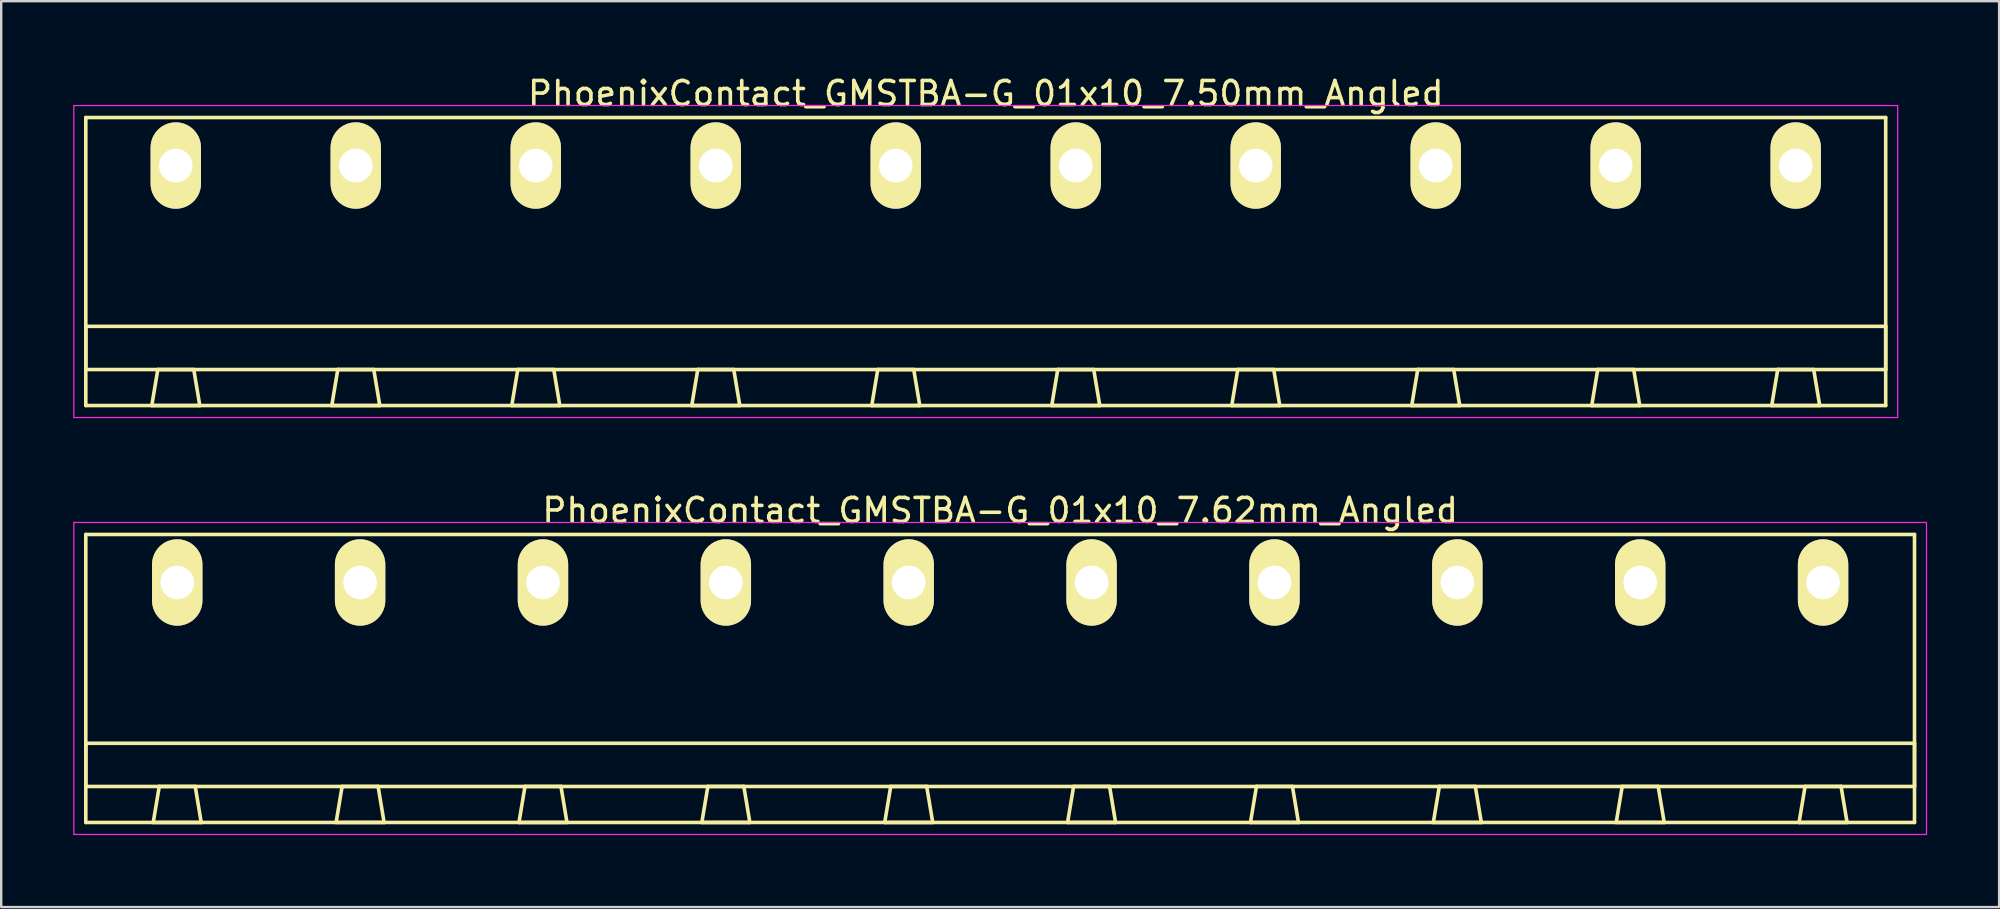
<source format=kicad_pcb>
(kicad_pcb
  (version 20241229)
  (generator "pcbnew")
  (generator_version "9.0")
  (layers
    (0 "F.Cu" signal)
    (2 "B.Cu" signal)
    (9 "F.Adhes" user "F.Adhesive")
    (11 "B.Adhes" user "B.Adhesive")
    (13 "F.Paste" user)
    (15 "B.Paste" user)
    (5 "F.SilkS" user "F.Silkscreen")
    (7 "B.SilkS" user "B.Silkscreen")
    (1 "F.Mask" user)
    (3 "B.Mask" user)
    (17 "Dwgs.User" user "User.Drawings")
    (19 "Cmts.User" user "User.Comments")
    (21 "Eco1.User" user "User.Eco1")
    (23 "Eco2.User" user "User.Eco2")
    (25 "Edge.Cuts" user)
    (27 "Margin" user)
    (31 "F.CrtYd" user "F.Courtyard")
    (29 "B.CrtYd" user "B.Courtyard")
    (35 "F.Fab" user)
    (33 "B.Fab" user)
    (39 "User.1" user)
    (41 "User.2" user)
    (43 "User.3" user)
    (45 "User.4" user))
  (footprint "PhoenixContact_GMSTBA-G_01x10_7.50mm_Angled"
    (layer "F.Cu")
    (at 4.275 3.848)
    (property "Reference" "PhoenixContact_GMSTBA-G_01x10_7.50mm_Angled" (at 33.75 -3 0) (layer "F.SilkS") (effects (font (size 1 1) (thickness 0.15))))
    (attr through_hole)
    (fp_line (start -3.75 -2) (end -3.75 10) (stroke (width 0.15) (type solid)) (layer "F.SilkS"))
    (fp_line (start -3.75 6.7) (end 71.25 6.7) (stroke (width 0.15) (type solid)) (layer "F.SilkS"))
    (fp_line (start -3.75 8.5) (end -3.75 6.7) (stroke (width 0.15) (type solid)) (layer "F.SilkS"))
    (fp_line (start -3.75 10) (end 71.25 10) (stroke (width 0.15) (type solid)) (layer "F.SilkS"))
    (fp_line (start -1 10) (end 1 10) (stroke (width 0.15) (type solid)) (layer "F.SilkS"))
    (fp_line (start -0.75 8.5) (end -1 10) (stroke (width 0.15) (type solid)) (layer "F.SilkS"))
    (fp_line (start 0.75 8.5) (end -0.75 8.5) (stroke (width 0.15) (type solid)) (layer "F.SilkS"))
    (fp_line (start 1 10) (end 0.75 8.5) (stroke (width 0.15) (type solid)) (layer "F.SilkS"))
    (fp_line (start 6.5 10) (end 8.5 10) (stroke (width 0.15) (type solid)) (layer "F.SilkS"))
    (fp_line (start 6.75 8.5) (end 6.5 10) (stroke (width 0.15) (type solid)) (layer "F.SilkS"))
    (fp_line (start 8.25 8.5) (end 6.75 8.5) (stroke (width 0.15) (type solid)) (layer "F.SilkS"))
    (fp_line (start 8.5 10) (end 8.25 8.5) (stroke (width 0.15) (type solid)) (layer "F.SilkS"))
    (fp_line (start 14 10) (end 16 10) (stroke (width 0.15) (type solid)) (layer "F.SilkS"))
    (fp_line (start 14.25 8.5) (end 14 10) (stroke (width 0.15) (type solid)) (layer "F.SilkS"))
    (fp_line (start 15.75 8.5) (end 14.25 8.5) (stroke (width 0.15) (type solid)) (layer "F.SilkS"))
    (fp_line (start 16 10) (end 15.75 8.5) (stroke (width 0.15) (type solid)) (layer "F.SilkS"))
    (fp_line (start 21.5 10) (end 23.5 10) (stroke (width 0.15) (type solid)) (layer "F.SilkS"))
    (fp_line (start 21.75 8.5) (end 21.5 10) (stroke (width 0.15) (type solid)) (layer "F.SilkS"))
    (fp_line (start 23.25 8.5) (end 21.75 8.5) (stroke (width 0.15) (type solid)) (layer "F.SilkS"))
    (fp_line (start 23.5 10) (end 23.25 8.5) (stroke (width 0.15) (type solid)) (layer "F.SilkS"))
    (fp_line (start 29 10) (end 31 10) (stroke (width 0.15) (type solid)) (layer "F.SilkS"))
    (fp_line (start 29.25 8.5) (end 29 10) (stroke (width 0.15) (type solid)) (layer "F.SilkS"))
    (fp_line (start 30.75 8.5) (end 29.25 8.5) (stroke (width 0.15) (type solid)) (layer "F.SilkS"))
    (fp_line (start 31 10) (end 30.75 8.5) (stroke (width 0.15) (type solid)) (layer "F.SilkS"))
    (fp_line (start 36.5 10) (end 38.5 10) (stroke (width 0.15) (type solid)) (layer "F.SilkS"))
    (fp_line (start 36.75 8.5) (end 36.5 10) (stroke (width 0.15) (type solid)) (layer "F.SilkS"))
    (fp_line (start 38.25 8.5) (end 36.75 8.5) (stroke (width 0.15) (type solid)) (layer "F.SilkS"))
    (fp_line (start 38.5 10) (end 38.25 8.5) (stroke (width 0.15) (type solid)) (layer "F.SilkS"))
    (fp_line (start 44 10) (end 46 10) (stroke (width 0.15) (type solid)) (layer "F.SilkS"))
    (fp_line (start 44.25 8.5) (end 44 10) (stroke (width 0.15) (type solid)) (layer "F.SilkS"))
    (fp_line (start 45.75 8.5) (end 44.25 8.5) (stroke (width 0.15) (type solid)) (layer "F.SilkS"))
    (fp_line (start 46 10) (end 45.75 8.5) (stroke (width 0.15) (type solid)) (layer "F.SilkS"))
    (fp_line (start 51.5 10) (end 53.5 10) (stroke (width 0.15) (type solid)) (layer "F.SilkS"))
    (fp_line (start 51.75 8.5) (end 51.5 10) (stroke (width 0.15) (type solid)) (layer "F.SilkS"))
    (fp_line (start 53.25 8.5) (end 51.75 8.5) (stroke (width 0.15) (type solid)) (layer "F.SilkS"))
    (fp_line (start 53.5 10) (end 53.25 8.5) (stroke (width 0.15) (type solid)) (layer "F.SilkS"))
    (fp_line (start 59 10) (end 61 10) (stroke (width 0.15) (type solid)) (layer "F.SilkS"))
    (fp_line (start 59.25 8.5) (end 59 10) (stroke (width 0.15) (type solid)) (layer "F.SilkS"))
    (fp_line (start 60.75 8.5) (end 59.25 8.5) (stroke (width 0.15) (type solid)) (layer "F.SilkS"))
    (fp_line (start 61 10) (end 60.75 8.5) (stroke (width 0.15) (type solid)) (layer "F.SilkS"))
    (fp_line (start 66.5 10) (end 68.5 10) (stroke (width 0.15) (type solid)) (layer "F.SilkS"))
    (fp_line (start 66.75 8.5) (end 66.5 10) (stroke (width 0.15) (type solid)) (layer "F.SilkS"))
    (fp_line (start 68.25 8.5) (end 66.75 8.5) (stroke (width 0.15) (type solid)) (layer "F.SilkS"))
    (fp_line (start 68.5 10) (end 68.25 8.5) (stroke (width 0.15) (type solid)) (layer "F.SilkS"))
    (fp_line (start 71.25 -2) (end -3.75 -2) (stroke (width 0.15) (type solid)) (layer "F.SilkS"))
    (fp_line (start 71.25 6.7) (end 71.25 8.5) (stroke (width 0.15) (type solid)) (layer "F.SilkS"))
    (fp_line (start 71.25 8.5) (end -3.75 8.5) (stroke (width 0.15) (type solid)) (layer "F.SilkS"))
    (fp_line (start 71.25 10) (end 71.25 -2) (stroke (width 0.15) (type solid)) (layer "F.SilkS"))
    (fp_line (start -4.25 -2.5) (end -4.25 10.5) (stroke (width 0.05) (type solid)) (layer "F.CrtYd"))
    (fp_line (start -4.25 10.5) (end 71.75 10.5) (stroke (width 0.05) (type solid)) (layer "F.CrtYd"))
    (fp_line (start 71.75 -2.5) (end -4.25 -2.5) (stroke (width 0.05) (type solid)) (layer "F.CrtYd"))
    (fp_line (start 71.75 10.5) (end 71.75 -2.5) (stroke (width 0.05) (type solid)) (layer "F.CrtYd"))
    (pad "1" thru_hole oval (at 0 0) (size 2.1 3.6) (drill 1.4) (layers "*.Cu" "*.Mask" "F.SilkS"))
    (pad "2" thru_hole oval (at 7.5 0) (size 2.1 3.6) (drill 1.4) (layers "*.Cu" "*.Mask" "F.SilkS"))
    (pad "3" thru_hole oval (at 15 0) (size 2.1 3.6) (drill 1.4) (layers "*.Cu" "*.Mask" "F.SilkS"))
    (pad "4" thru_hole oval (at 22.5 0) (size 2.1 3.6) (drill 1.4) (layers "*.Cu" "*.Mask" "F.SilkS"))
    (pad "5" thru_hole oval (at 30 0) (size 2.1 3.6) (drill 1.4) (layers "*.Cu" "*.Mask" "F.SilkS"))
    (pad "6" thru_hole oval (at 37.5 0) (size 2.1 3.6) (drill 1.4) (layers "*.Cu" "*.Mask" "F.SilkS"))
    (pad "7" thru_hole oval (at 45 0) (size 2.1 3.6) (drill 1.4) (layers "*.Cu" "*.Mask" "F.SilkS"))
    (pad "8" thru_hole oval (at 52.5 0) (size 2.1 3.6) (drill 1.4) (layers "*.Cu" "*.Mask" "F.SilkS"))
    (pad "9" thru_hole oval (at 60 0) (size 2.1 3.6) (drill 1.4) (layers "*.Cu" "*.Mask" "F.SilkS"))
    (pad "10" thru_hole oval (at 67.5 0) (size 2.1 3.6) (drill 1.4) (layers "*.Cu" "*.Mask" "F.SilkS")))
  (footprint "PhoenixContact_GMSTBA-G_01x10_7.62mm_Angled"
    (layer "F.Cu")
    (at 4.335 21.221)
    (property "Reference" "PhoenixContact_GMSTBA-G_01x10_7.62mm_Angled" (at 34.29 -3 0) (layer "F.SilkS") (effects (font (size 1 1) (thickness 0.15))))
    (attr through_hole)
    (fp_line (start -3.81 -2) (end -3.81 10) (stroke (width 0.15) (type solid)) (layer "F.SilkS"))
    (fp_line (start -3.81 6.7) (end 72.39 6.7) (stroke (width 0.15) (type solid)) (layer "F.SilkS"))
    (fp_line (start -3.81 8.5) (end -3.81 6.7) (stroke (width 0.15) (type solid)) (layer "F.SilkS"))
    (fp_line (start -3.81 10) (end 72.39 10) (stroke (width 0.15) (type solid)) (layer "F.SilkS"))
    (fp_line (start -1 10) (end 1 10) (stroke (width 0.15) (type solid)) (layer "F.SilkS"))
    (fp_line (start -0.75 8.5) (end -1 10) (stroke (width 0.15) (type solid)) (layer "F.SilkS"))
    (fp_line (start 0.75 8.5) (end -0.75 8.5) (stroke (width 0.15) (type solid)) (layer "F.SilkS"))
    (fp_line (start 1 10) (end 0.75 8.5) (stroke (width 0.15) (type solid)) (layer "F.SilkS"))
    (fp_line (start 6.62 10) (end 8.62 10) (stroke (width 0.15) (type solid)) (layer "F.SilkS"))
    (fp_line (start 6.87 8.5) (end 6.62 10) (stroke (width 0.15) (type solid)) (layer "F.SilkS"))
    (fp_line (start 8.37 8.5) (end 6.87 8.5) (stroke (width 0.15) (type solid)) (layer "F.SilkS"))
    (fp_line (start 8.62 10) (end 8.37 8.5) (stroke (width 0.15) (type solid)) (layer "F.SilkS"))
    (fp_line (start 14.24 10) (end 16.24 10) (stroke (width 0.15) (type solid)) (layer "F.SilkS"))
    (fp_line (start 14.49 8.5) (end 14.24 10) (stroke (width 0.15) (type solid)) (layer "F.SilkS"))
    (fp_line (start 15.99 8.5) (end 14.49 8.5) (stroke (width 0.15) (type solid)) (layer "F.SilkS"))
    (fp_line (start 16.24 10) (end 15.99 8.5) (stroke (width 0.15) (type solid)) (layer "F.SilkS"))
    (fp_line (start 21.86 10) (end 23.86 10) (stroke (width 0.15) (type solid)) (layer "F.SilkS"))
    (fp_line (start 22.11 8.5) (end 21.86 10) (stroke (width 0.15) (type solid)) (layer "F.SilkS"))
    (fp_line (start 23.61 8.5) (end 22.11 8.5) (stroke (width 0.15) (type solid)) (layer "F.SilkS"))
    (fp_line (start 23.86 10) (end 23.61 8.5) (stroke (width 0.15) (type solid)) (layer "F.SilkS"))
    (fp_line (start 29.48 10) (end 31.48 10) (stroke (width 0.15) (type solid)) (layer "F.SilkS"))
    (fp_line (start 29.73 8.5) (end 29.48 10) (stroke (width 0.15) (type solid)) (layer "F.SilkS"))
    (fp_line (start 31.23 8.5) (end 29.73 8.5) (stroke (width 0.15) (type solid)) (layer "F.SilkS"))
    (fp_line (start 31.48 10) (end 31.23 8.5) (stroke (width 0.15) (type solid)) (layer "F.SilkS"))
    (fp_line (start 37.1 10) (end 39.1 10) (stroke (width 0.15) (type solid)) (layer "F.SilkS"))
    (fp_line (start 37.35 8.5) (end 37.1 10) (stroke (width 0.15) (type solid)) (layer "F.SilkS"))
    (fp_line (start 38.85 8.5) (end 37.35 8.5) (stroke (width 0.15) (type solid)) (layer "F.SilkS"))
    (fp_line (start 39.1 10) (end 38.85 8.5) (stroke (width 0.15) (type solid)) (layer "F.SilkS"))
    (fp_line (start 44.72 10) (end 46.72 10) (stroke (width 0.15) (type solid)) (layer "F.SilkS"))
    (fp_line (start 44.97 8.5) (end 44.72 10) (stroke (width 0.15) (type solid)) (layer "F.SilkS"))
    (fp_line (start 46.47 8.5) (end 44.97 8.5) (stroke (width 0.15) (type solid)) (layer "F.SilkS"))
    (fp_line (start 46.72 10) (end 46.47 8.5) (stroke (width 0.15) (type solid)) (layer "F.SilkS"))
    (fp_line (start 52.34 10) (end 54.34 10) (stroke (width 0.15) (type solid)) (layer "F.SilkS"))
    (fp_line (start 52.59 8.5) (end 52.34 10) (stroke (width 0.15) (type solid)) (layer "F.SilkS"))
    (fp_line (start 54.09 8.5) (end 52.59 8.5) (stroke (width 0.15) (type solid)) (layer "F.SilkS"))
    (fp_line (start 54.34 10) (end 54.09 8.5) (stroke (width 0.15) (type solid)) (layer "F.SilkS"))
    (fp_line (start 59.96 10) (end 61.96 10) (stroke (width 0.15) (type solid)) (layer "F.SilkS"))
    (fp_line (start 60.21 8.5) (end 59.96 10) (stroke (width 0.15) (type solid)) (layer "F.SilkS"))
    (fp_line (start 61.71 8.5) (end 60.21 8.5) (stroke (width 0.15) (type solid)) (layer "F.SilkS"))
    (fp_line (start 61.96 10) (end 61.71 8.5) (stroke (width 0.15) (type solid)) (layer "F.SilkS"))
    (fp_line (start 67.58 10) (end 69.58 10) (stroke (width 0.15) (type solid)) (layer "F.SilkS"))
    (fp_line (start 67.83 8.5) (end 67.58 10) (stroke (width 0.15) (type solid)) (layer "F.SilkS"))
    (fp_line (start 69.33 8.5) (end 67.83 8.5) (stroke (width 0.15) (type solid)) (layer "F.SilkS"))
    (fp_line (start 69.58 10) (end 69.33 8.5) (stroke (width 0.15) (type solid)) (layer "F.SilkS"))
    (fp_line (start 72.39 -2) (end -3.81 -2) (stroke (width 0.15) (type solid)) (layer "F.SilkS"))
    (fp_line (start 72.39 6.7) (end 72.39 8.5) (stroke (width 0.15) (type solid)) (layer "F.SilkS"))
    (fp_line (start 72.39 8.5) (end -3.81 8.5) (stroke (width 0.15) (type solid)) (layer "F.SilkS"))
    (fp_line (start 72.39 10) (end 72.39 -2) (stroke (width 0.15) (type solid)) (layer "F.SilkS"))
    (fp_line (start -4.31 -2.5) (end -4.31 10.5) (stroke (width 0.05) (type solid)) (layer "F.CrtYd"))
    (fp_line (start -4.31 10.5) (end 72.89 10.5) (stroke (width 0.05) (type solid)) (layer "F.CrtYd"))
    (fp_line (start 72.89 -2.5) (end -4.31 -2.5) (stroke (width 0.05) (type solid)) (layer "F.CrtYd"))
    (fp_line (start 72.89 10.5) (end 72.89 -2.5) (stroke (width 0.05) (type solid)) (layer "F.CrtYd"))
    (pad "1" thru_hole oval (at 0 0) (size 2.1 3.6) (drill 1.4) (layers "*.Cu" "*.Mask" "F.SilkS"))
    (pad "2" thru_hole oval (at 7.62 0) (size 2.1 3.6) (drill 1.4) (layers "*.Cu" "*.Mask" "F.SilkS"))
    (pad "3" thru_hole oval (at 15.24 0) (size 2.1 3.6) (drill 1.4) (layers "*.Cu" "*.Mask" "F.SilkS"))
    (pad "4" thru_hole oval (at 22.86 0) (size 2.1 3.6) (drill 1.4) (layers "*.Cu" "*.Mask" "F.SilkS"))
    (pad "5" thru_hole oval (at 30.48 0) (size 2.1 3.6) (drill 1.4) (layers "*.Cu" "*.Mask" "F.SilkS"))
    (pad "6" thru_hole oval (at 38.1 0) (size 2.1 3.6) (drill 1.4) (layers "*.Cu" "*.Mask" "F.SilkS"))
    (pad "7" thru_hole oval (at 45.72 0) (size 2.1 3.6) (drill 1.4) (layers "*.Cu" "*.Mask" "F.SilkS"))
    (pad "8" thru_hole oval (at 53.34 0) (size 2.1 3.6) (drill 1.4) (layers "*.Cu" "*.Mask" "F.SilkS"))
    (pad "9" thru_hole oval (at 60.96 0) (size 2.1 3.6) (drill 1.4) (layers "*.Cu" "*.Mask" "F.SilkS"))
    (pad "10" thru_hole oval (at 68.58 0) (size 2.1 3.6) (drill 1.4) (layers "*.Cu" "*.Mask" "F.SilkS")))
  (gr_rect
    (start -3 -3)
    (end 80.25 34.746)
    (stroke (width 0.1) (type default))
    (fill no)
    (layer "Edge.Cuts")))
</source>
